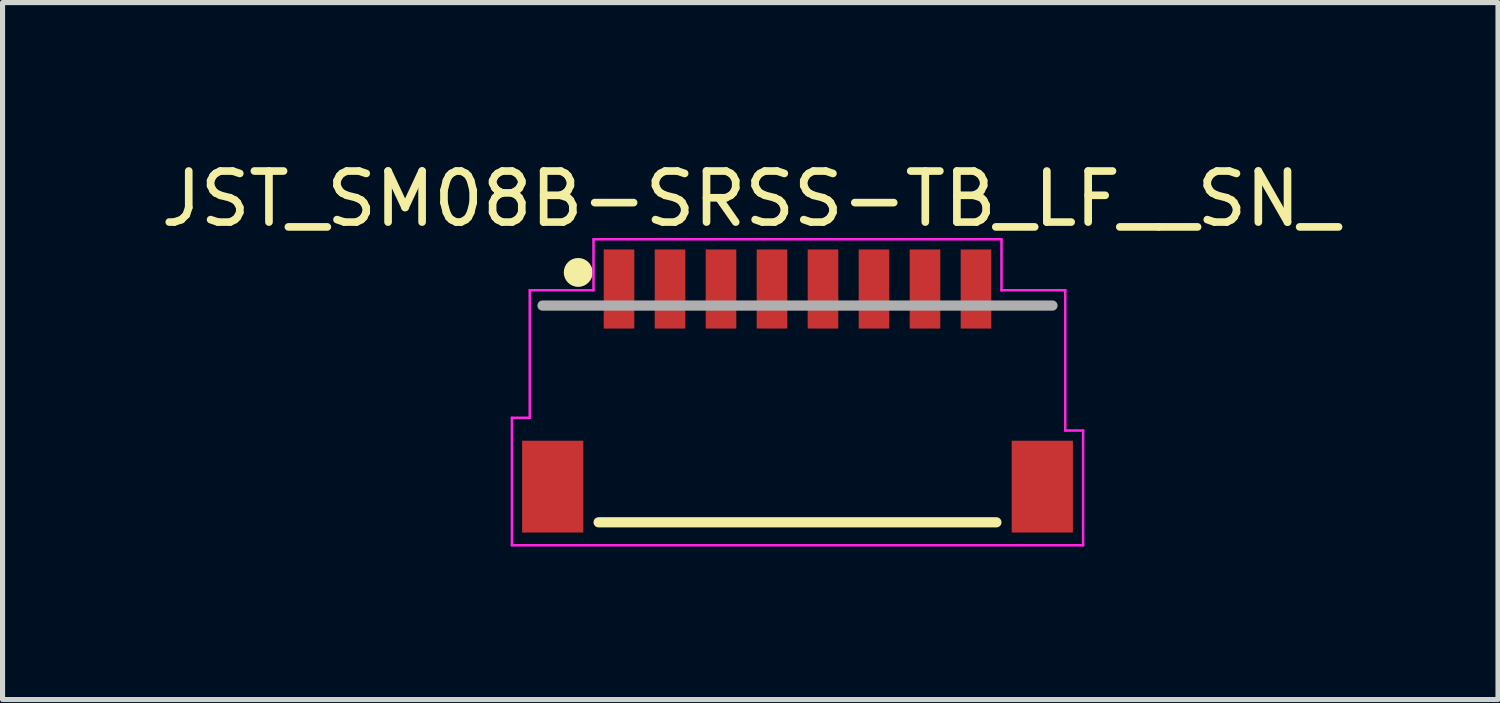
<source format=kicad_pcb>
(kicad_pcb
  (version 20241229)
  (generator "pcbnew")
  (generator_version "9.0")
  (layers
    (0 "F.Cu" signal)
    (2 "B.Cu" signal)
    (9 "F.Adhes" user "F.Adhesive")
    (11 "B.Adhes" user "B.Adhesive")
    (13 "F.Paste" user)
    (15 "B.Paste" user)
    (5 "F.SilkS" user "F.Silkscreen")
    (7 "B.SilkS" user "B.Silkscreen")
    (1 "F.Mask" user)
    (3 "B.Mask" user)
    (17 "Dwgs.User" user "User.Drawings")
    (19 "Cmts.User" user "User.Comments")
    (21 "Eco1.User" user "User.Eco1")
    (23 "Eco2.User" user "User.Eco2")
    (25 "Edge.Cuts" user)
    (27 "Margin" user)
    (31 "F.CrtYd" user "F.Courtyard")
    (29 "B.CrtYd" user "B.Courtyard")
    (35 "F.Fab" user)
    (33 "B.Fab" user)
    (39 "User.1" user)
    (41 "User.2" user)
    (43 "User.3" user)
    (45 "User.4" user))
  (footprint "JST_SM08B-SRSS-TB_LF__SN_"
    (layer "F.Cu")
    (at 12.588 7.392)
    (property "Reference" "JST_SM08B-SRSS-TB_LF__SN_" (at -0.926 -6.543 0) (layer "F.SilkS") (effects (font (size 1.001 1.001) (thickness 0.15))))
    (attr smd)
    (fp_line (start -3.9 -0.2) (end 3.9 -0.2) (stroke (width 0.2) (type solid)) (layer "F.SilkS"))
    (fp_circle (center -4.3 -5.1) (end -4.017 -5.1) (stroke (width 0) (type solid)) (fill yes) (layer "F.SilkS"))
    (fp_line (start -5.6 -2.25) (end -5.25 -2.25) (stroke (width 0.05) (type solid)) (layer "F.CrtYd"))
    (fp_line (start -5.6 0.25) (end -5.6 -2.25) (stroke (width 0.05) (type solid)) (layer "F.CrtYd"))
    (fp_line (start -5.25 -4.75) (end -4 -4.75) (stroke (width 0.05) (type solid)) (layer "F.CrtYd"))
    (fp_line (start -5.25 -2.25) (end -5.25 -4.75) (stroke (width 0.05) (type solid)) (layer "F.CrtYd"))
    (fp_line (start -4 -5.75) (end 4 -5.75) (stroke (width 0.05) (type solid)) (layer "F.CrtYd"))
    (fp_line (start -4 -4.75) (end -4 -5.75) (stroke (width 0.05) (type solid)) (layer "F.CrtYd"))
    (fp_line (start 4 -5.75) (end 4 -4.75) (stroke (width 0.05) (type solid)) (layer "F.CrtYd"))
    (fp_line (start 4 -4.75) (end 5.25 -4.75) (stroke (width 0.05) (type solid)) (layer "F.CrtYd"))
    (fp_line (start 5.25 -4.75) (end 5.25 -2) (stroke (width 0.05) (type solid)) (layer "F.CrtYd"))
    (fp_line (start 5.25 -2) (end 5.6 -2) (stroke (width 0.05) (type solid)) (layer "F.CrtYd"))
    (fp_line (start 5.6 -2) (end 5.6 0.25) (stroke (width 0.05) (type solid)) (layer "F.CrtYd"))
    (fp_line (start 5.6 0.25) (end -5.6 0.25) (stroke (width 0.05) (type solid)) (layer "F.CrtYd"))
    (fp_line (start 5 -4.45) (end -5 -4.45) (stroke (width 0.2) (type solid)) (layer "F.Fab"))
    (pad "1" smd rect (at -3.5 -4.775) (size 0.6 1.55) (layers "F.Cu" "F.Mask" "F.Paste"))
    (pad "2" smd rect (at -2.5 -4.775) (size 0.6 1.55) (layers "F.Cu" "F.Mask" "F.Paste"))
    (pad "3" smd rect (at -1.5 -4.775) (size 0.6 1.55) (layers "F.Cu" "F.Mask" "F.Paste"))
    (pad "4" smd rect (at -0.5 -4.775) (size 0.6 1.55) (layers "F.Cu" "F.Mask" "F.Paste"))
    (pad "5" smd rect (at 0.5 -4.775) (size 0.6 1.55) (layers "F.Cu" "F.Mask" "F.Paste"))
    (pad "6" smd rect (at 1.5 -4.775) (size 0.6 1.55) (layers "F.Cu" "F.Mask" "F.Paste"))
    (pad "7" smd rect (at 2.5 -4.775) (size 0.6 1.55) (layers "F.Cu" "F.Mask" "F.Paste"))
    (pad "8" smd rect (at 3.5 -4.775) (size 0.6 1.55) (layers "F.Cu" "F.Mask" "F.Paste"))
    (pad "P1" smd rect (at -4.8 -0.9 180) (size 1.2 1.8) (layers "F.Cu" "F.Mask" "F.Paste"))
    (pad "P2" smd rect (at 4.8 -0.9 180) (size 1.2 1.8) (layers "F.Cu" "F.Mask" "F.Paste")))
  (gr_rect
    (start -3 -3)
    (end 26.324 10.667)
    (stroke (width 0.1) (type default))
    (fill no)
    (layer "Edge.Cuts")))
</source>
